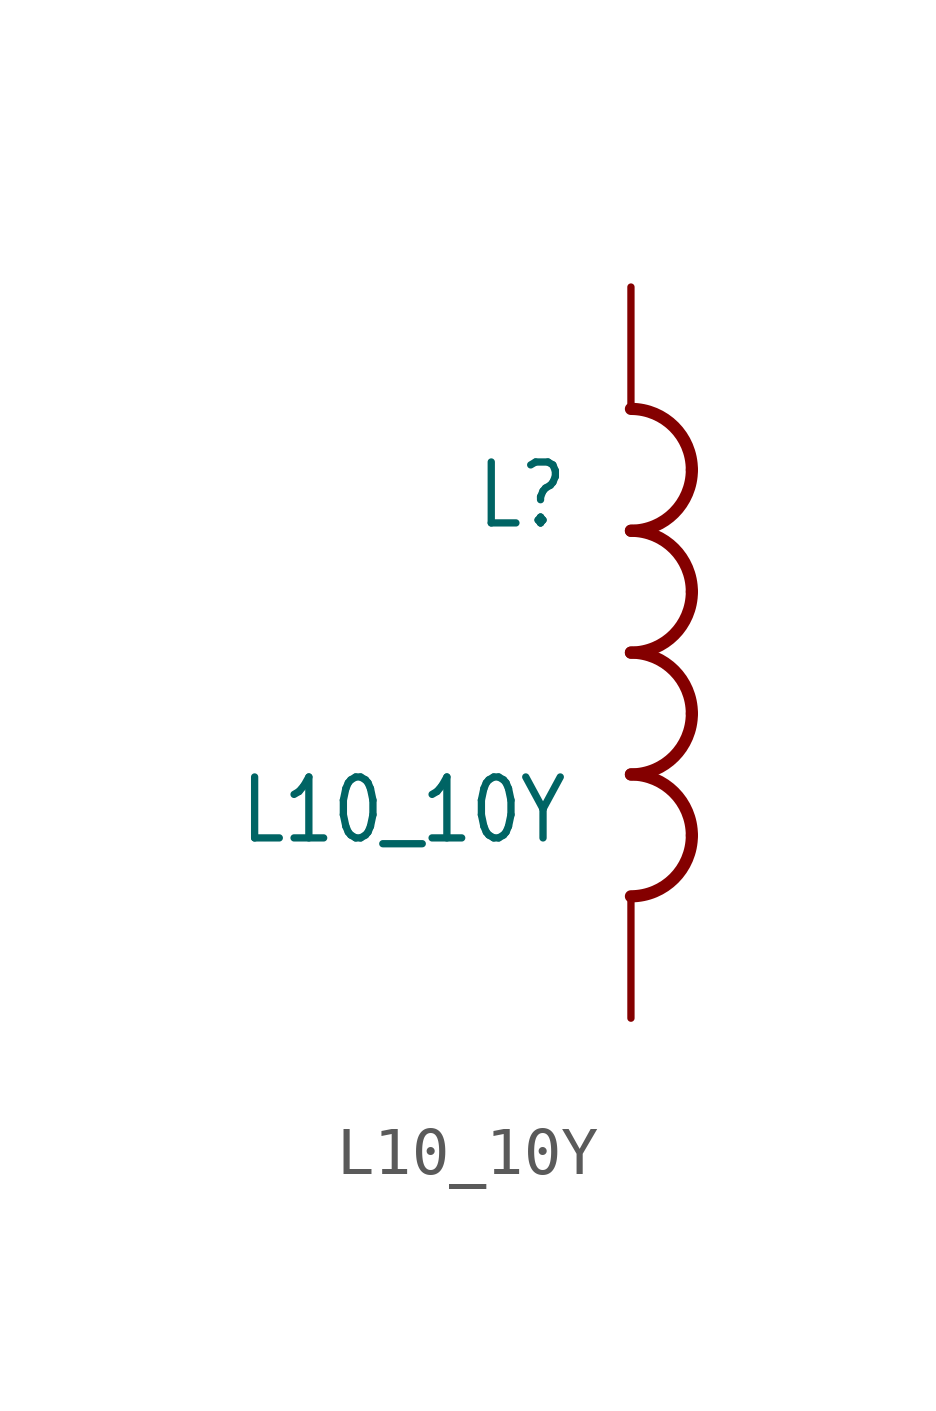
<source format=kicad_sym>
(kicad_symbol_lib
  (version 20201005)
  (generator kicad_symbol_editor)
  (symbol "L10_10Y"
    (property "Reference" "L"
      (at -1.27 2.54 0)
      (effects (font (size 1.27 1.079)) (justify right bottom)))
    (property "Value" "L10_10Y"
      (at -1.27 -2.54 0)
      (effects (font (size 1.27 1.079)) (justify right top)))
    (property "ki_locked" ""
      (at 0 0 0)
      (effects (font (size 1.27 1.27))))
    (symbol "L10_10Y_1_0"
      (arc (start 1.27 -3.81) (end 0 -2.54) (radius (at 0 -3.81) (length 1.27) (angles 0 90)) (stroke (width 0.254)) (fill (type none)))
      (arc (start 0 -5.08) (end 1.27 -3.81) (radius (at 0 -3.81) (length 1.27) (angles -90 0)) (stroke (width 0.254)) (fill (type none)))
      (arc (start 1.27 -1.27) (end 0 0) (radius (at 0 -1.27) (length 1.27) (angles 0 90)) (stroke (width 0.254)) (fill (type none)))
      (arc (start 0 -2.54) (end 1.27 -1.27) (radius (at 0 -1.27) (length 1.27) (angles -90 0)) (stroke (width 0.254)) (fill (type none)))
      (arc (start 1.27 1.27) (end 0 2.54) (radius (at 0 1.27) (length 1.27) (angles 0 90)) (stroke (width 0.254)) (fill (type none)))
      (arc (start 0 0) (end 1.27 1.27) (radius (at 0 1.27) (length 1.27) (angles -90 0)) (stroke (width 0.254)) (fill (type none)))
      (arc (start 1.27 3.81) (end 0 5.08) (radius (at 0 3.81) (length 1.27) (angles 0 90)) (stroke (width 0.254)) (fill (type none)))
      (arc (start 0 2.54) (end 1.27 3.81) (radius (at 0 3.81) (length 1.27) (angles -90 0)) (stroke (width 0.254)) (fill (type none)))
      (pin passive line (at 0 7.62 270) (length 2.54) (name "1" (effects (font (size 0 0)))) (number "P$1" (effects (font (size 0 0)))))
      (pin passive line (at 0 -7.62 90) (length 2.54) (name "2" (effects (font (size 0 0)))) (number "P$2" (effects (font (size 0 0))))))))
</source>
